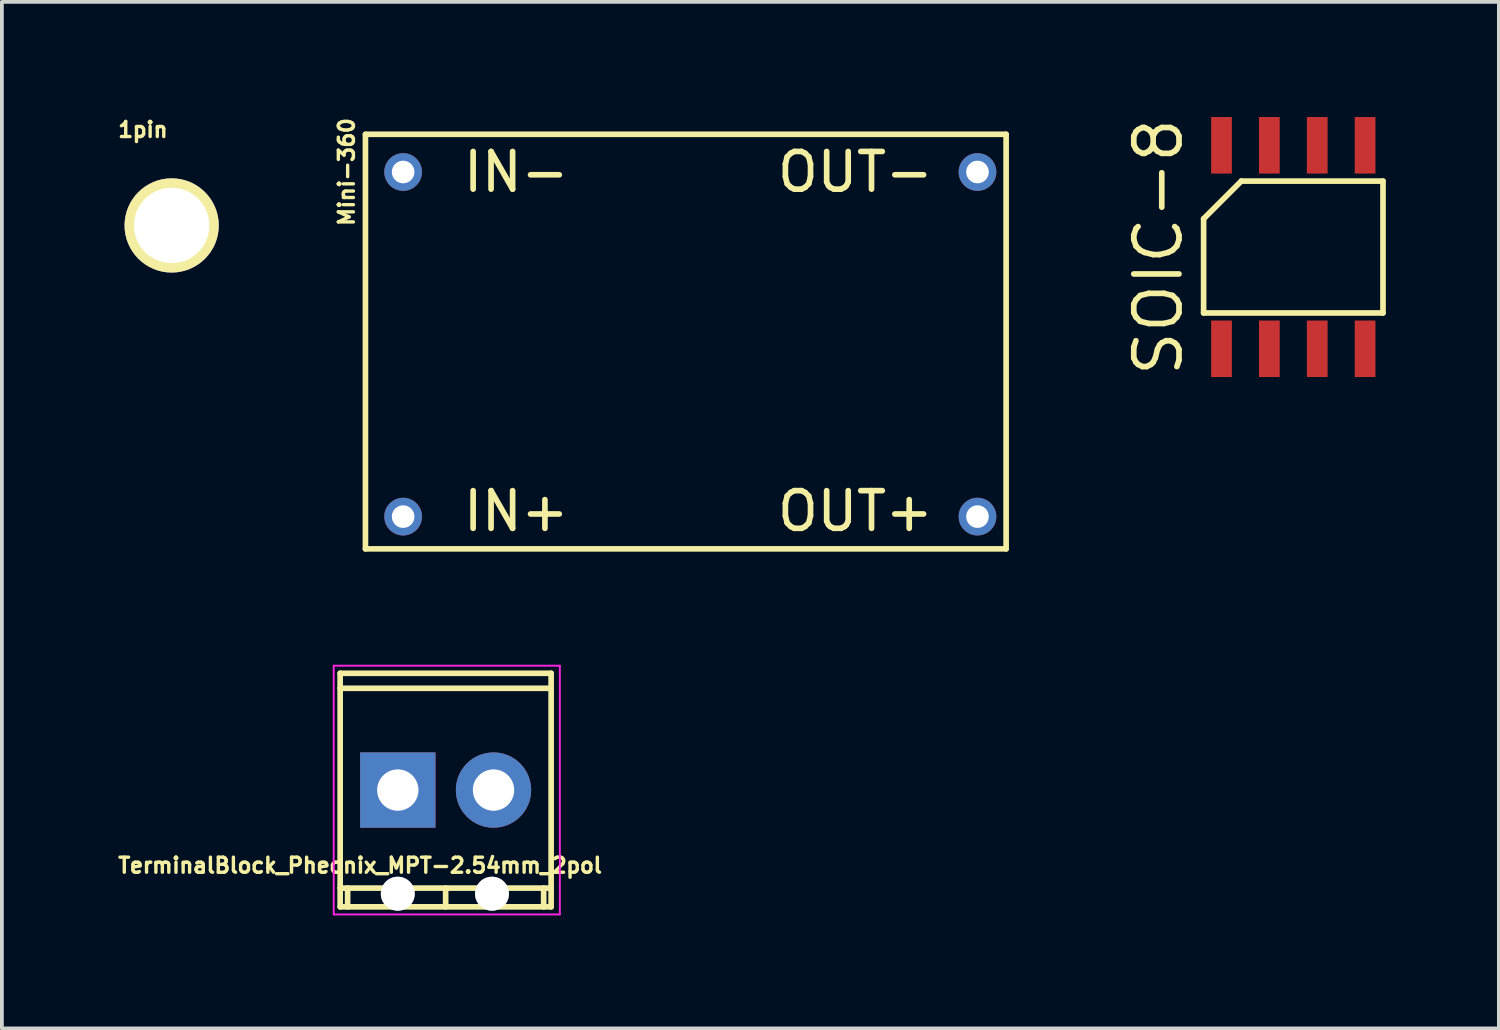
<source format=kicad_pcb>
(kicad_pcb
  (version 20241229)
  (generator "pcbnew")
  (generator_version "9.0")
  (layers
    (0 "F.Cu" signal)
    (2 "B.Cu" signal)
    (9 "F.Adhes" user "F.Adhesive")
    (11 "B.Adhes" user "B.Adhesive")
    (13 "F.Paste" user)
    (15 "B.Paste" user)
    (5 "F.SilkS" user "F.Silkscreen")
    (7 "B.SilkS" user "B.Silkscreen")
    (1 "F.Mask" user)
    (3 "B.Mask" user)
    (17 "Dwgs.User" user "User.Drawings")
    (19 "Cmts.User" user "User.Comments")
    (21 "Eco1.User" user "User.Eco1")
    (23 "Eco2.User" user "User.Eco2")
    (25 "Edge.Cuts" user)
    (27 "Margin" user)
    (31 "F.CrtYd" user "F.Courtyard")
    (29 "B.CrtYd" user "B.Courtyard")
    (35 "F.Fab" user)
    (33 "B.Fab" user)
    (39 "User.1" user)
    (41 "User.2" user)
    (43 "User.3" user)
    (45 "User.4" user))
  (footprint "1pin"
    (layer "F.Cu")
    (at 1.505 2.932)
    (property "Reference" "1pin" (at -0.762 -2.54 0) (layer "F.SilkS") (effects (font (size 0.4 0.4) (thickness 0.09))))
    (attr through_hole)
    (pad "1" thru_hole circle (at 0 0) (size 2.5 2.5) (drill 2) (layers "*.Cu" "*.Mask" "F.SilkS")))
  (footprint "SOIC-8"
    (layer "F.Cu")
    (at 31.267 3.505)
    (property "Reference" "SOIC-8" (at -3.58 0 90) (layer "F.SilkS") (effects (font (size 1.2 1.2) (thickness 0.15))))
    (attr through_hole)
    (fp_line (start -2.38 -0.75) (end -2.38 1.75) (stroke (width 0.15) (type solid)) (layer "F.SilkS"))
    (fp_line (start -2.38 1.75) (end 2.38 1.75) (stroke (width 0.15) (type solid)) (layer "F.SilkS"))
    (fp_line (start -1.38 -1.75) (end -2.38 -0.75) (stroke (width 0.15) (type solid)) (layer "F.SilkS"))
    (fp_line (start 2.38 -1.75) (end -1.38 -1.75) (stroke (width 0.15) (type solid)) (layer "F.SilkS"))
    (fp_line (start 2.38 1.75) (end 2.38 -1.75) (stroke (width 0.15) (type solid)) (layer "F.SilkS"))
    (pad "1" smd rect (at -1.905 2.7) (size 0.55 1.5) (layers "F.Cu" "F.Mask" "F.Paste"))
    (pad "2" smd rect (at -0.635 2.7) (size 0.55 1.5) (layers "F.Cu" "F.Mask" "F.Paste"))
    (pad "3" smd rect (at 0.635 2.7) (size 0.55 1.5) (layers "F.Cu" "F.Mask" "F.Paste"))
    (pad "4" smd rect (at 1.905 2.7) (size 0.55 1.5) (layers "F.Cu" "F.Mask" "F.Paste"))
    (pad "5" smd rect (at 1.905 -2.7) (size 0.55 1.5) (layers "F.Cu" "F.Mask" "F.Paste"))
    (pad "6" smd rect (at 0.635 -2.7) (size 0.55 1.5) (layers "F.Cu" "F.Mask" "F.Paste"))
    (pad "7" smd rect (at -0.635 -2.7) (size 0.55 1.5) (layers "F.Cu" "F.Mask" "F.Paste"))
    (pad "8" smd rect (at -1.905 -2.7) (size 0.55 1.5) (layers "F.Cu" "F.Mask" "F.Paste")))
  (footprint "TerminalBlock_Pheonix_MPT-2.54mm_2pol"
    (layer "F.Cu")
    (at 7.505 17.914)
    (property "Reference" "TerminalBlock_Pheonix_MPT-2.54mm_2pol" (at -1 2 0) (layer "F.SilkS") (effects (font (size 0.4 0.4) (thickness 0.09))))
    (attr through_hole)
    (fp_line (start -1.529 -3.099) (end -1.529 3.099) (stroke (width 0.15) (type solid)) (layer "F.SilkS"))
    (fp_line (start -1.529 -2.7) (end 4.069 -2.7) (stroke (width 0.15) (type solid)) (layer "F.SilkS"))
    (fp_line (start -1.529 3.099) (end 4.069 3.099) (stroke (width 0.15) (type solid)) (layer "F.SilkS"))
    (fp_line (start -1.331 3.099) (end -1.331 2.601) (stroke (width 0.15) (type solid)) (layer "F.SilkS"))
    (fp_line (start 1.27 3.099) (end 1.27 2.601) (stroke (width 0.15) (type solid)) (layer "F.SilkS"))
    (fp_line (start 3.871 2.601) (end 3.871 3.099) (stroke (width 0.15) (type solid)) (layer "F.SilkS"))
    (fp_line (start 4.069 -3.099) (end -1.529 -3.099) (stroke (width 0.15) (type solid)) (layer "F.SilkS"))
    (fp_line (start 4.069 2.601) (end -1.529 2.601) (stroke (width 0.15) (type solid)) (layer "F.SilkS"))
    (fp_line (start 4.069 3.099) (end 4.069 -3.099) (stroke (width 0.15) (type solid)) (layer "F.SilkS"))
    (fp_line (start -1.7 -3.3) (end 4.3 -3.3) (stroke (width 0.05) (type solid)) (layer "F.CrtYd"))
    (fp_line (start -1.7 3.3) (end -1.7 -3.3) (stroke (width 0.05) (type solid)) (layer "F.CrtYd"))
    (fp_line (start 4.3 -3.3) (end 4.3 3.3) (stroke (width 0.05) (type solid)) (layer "F.CrtYd"))
    (fp_line (start 4.3 3.3) (end -1.7 3.3) (stroke (width 0.05) (type solid)) (layer "F.CrtYd"))
    (pad "0" thru_hole circle (at 0 2.75) (size 0.9 0.9) (drill 0.9) (layers "*.Cu"))
    (pad "0" thru_hole circle (at 2.5 2.75) (size 0.9 0.9) (drill 0.9) (layers "*.Cu"))
    (pad "1" thru_hole rect (at 0 0) (size 1.999 1.999) (drill 1.097) (layers "*.Cu" "*.Mask"))
    (pad "2" thru_hole oval (at 2.54 0) (size 1.999 1.999) (drill 1.097) (layers "*.Cu" "*.Mask")))
  (footprint "Mini-360"
    (layer "F.Cu")
    (at 7.647 1.514)
    (property "Reference" "Mini-360" (at -1.5 0 90) (layer "F.SilkS") (effects (font (size 0.4 0.4) (thickness 0.09))))
    (attr through_hole)
    (fp_line (start -1 -1) (end 16 -1) (stroke (width 0.15) (type solid)) (layer "F.SilkS"))
    (fp_line (start -1 10) (end -1 -1) (stroke (width 0.15) (type solid)) (layer "F.SilkS"))
    (fp_line (start 16 -1) (end 16 10) (stroke (width 0.15) (type solid)) (layer "F.SilkS"))
    (fp_line (start 16 10) (end -1 10) (stroke (width 0.15) (type solid)) (layer "F.SilkS"))
    (fp_text user "OUT-" (at 12 0 0) (layer "F.SilkS") (effects (font (size 1 1) (thickness 0.15))))
    (fp_text user "IN-" (at 3 0 0) (layer "F.SilkS") (effects (font (size 1 1) (thickness 0.15))))
    (fp_text user "OUT+" (at 12 9 0) (layer "F.SilkS") (effects (font (size 1 1) (thickness 0.15))))
    (fp_text user "IN+" (at 3 9 0) (layer "F.SilkS") (effects (font (size 1 1) (thickness 0.15))))
    (pad "1" thru_hole circle (at 0 9.144) (size 1 1) (drill 0.6) (layers "*.Cu" "*.Mask"))
    (pad "2" thru_hole circle (at 0 0) (size 1 1) (drill 0.6) (layers "*.Cu" "*.Mask"))
    (pad "3" thru_hole circle (at 15.24 9.144) (size 1 1) (drill 0.6) (layers "*.Cu" "*.Mask"))
    (pad "4" thru_hole circle (at 15.24 0) (size 1 1) (drill 0.6) (layers "*.Cu" "*.Mask")))
  (gr_rect
    (start -3 -3)
    (end 36.722 24.239)
    (stroke (width 0.1) (type default))
    (fill no)
    (layer "Edge.Cuts")))
</source>
